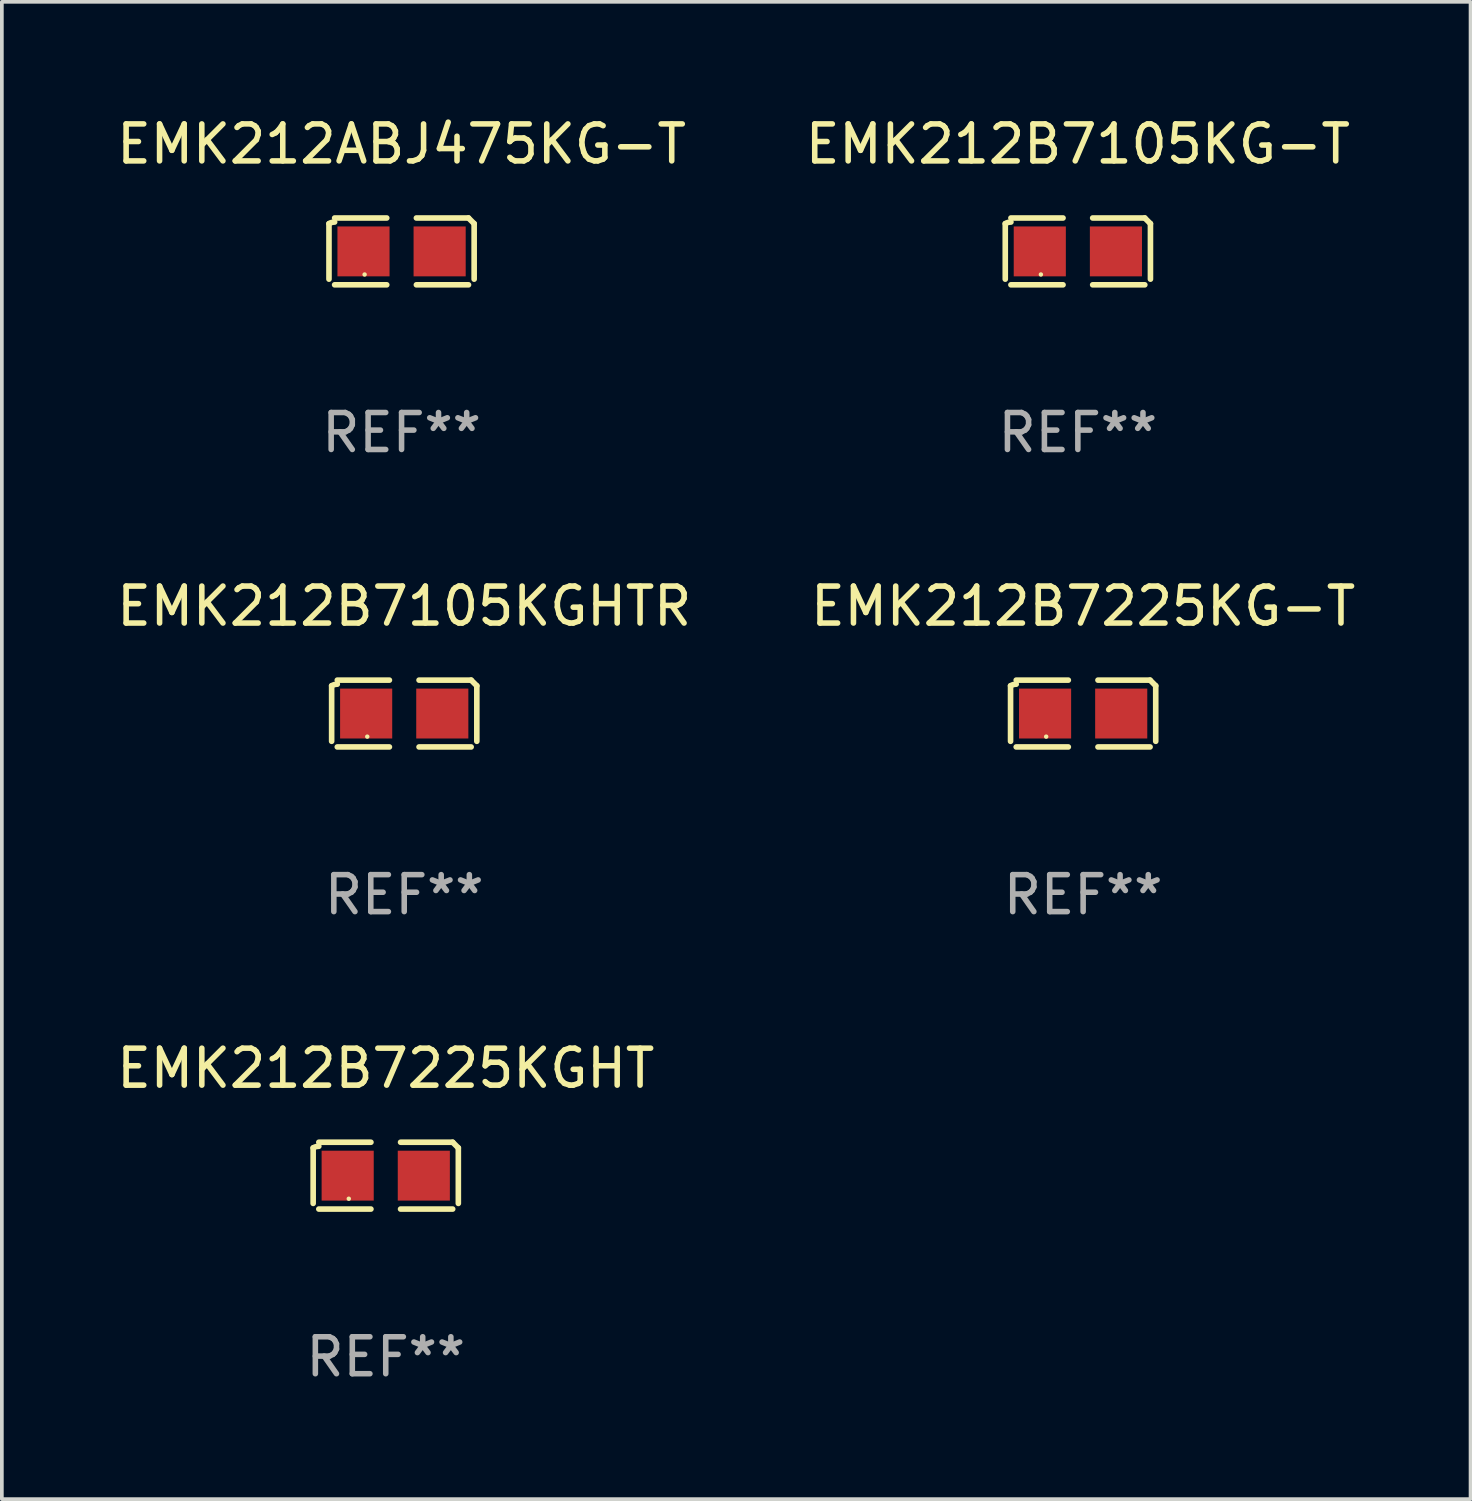
<source format=kicad_pcb>
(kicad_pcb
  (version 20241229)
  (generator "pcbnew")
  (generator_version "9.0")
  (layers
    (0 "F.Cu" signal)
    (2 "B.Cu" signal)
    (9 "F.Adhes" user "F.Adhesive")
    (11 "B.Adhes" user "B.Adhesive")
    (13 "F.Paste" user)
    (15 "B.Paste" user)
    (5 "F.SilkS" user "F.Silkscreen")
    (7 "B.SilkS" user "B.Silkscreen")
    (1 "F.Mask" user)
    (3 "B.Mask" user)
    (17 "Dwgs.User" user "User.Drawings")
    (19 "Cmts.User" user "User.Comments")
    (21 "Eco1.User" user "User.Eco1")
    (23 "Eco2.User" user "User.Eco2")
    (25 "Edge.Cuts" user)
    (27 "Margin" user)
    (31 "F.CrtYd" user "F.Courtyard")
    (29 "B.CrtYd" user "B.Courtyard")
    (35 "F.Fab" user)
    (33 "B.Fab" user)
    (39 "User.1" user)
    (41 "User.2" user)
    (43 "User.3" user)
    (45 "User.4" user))
  (footprint "EMK212ABJ475KG-T"
    (layer "F.Cu")
    (at 7.815 3.752)
    (property "Reference" "EMK212ABJ475KG-T" (at 0 -2.904 0) (layer "F.SilkS") (effects (font (size 1 1) (thickness 0.15))))
    (attr through_hole)
    (fp_line (start -1.964 0.751) (end -1.964 -0.751) (stroke (width 0.152) (type solid)) (layer "F.SilkS"))
    (fp_line (start -1.811 -0.904) (end -0.401 -0.904) (stroke (width 0.152) (type solid)) (layer "F.SilkS"))
    (fp_line (start -0.401 0.904) (end -1.811 0.904) (stroke (width 0.152) (type solid)) (layer "F.SilkS"))
    (fp_line (start 0.401 0.904) (end 1.811 0.904) (stroke (width 0.152) (type solid)) (layer "F.SilkS"))
    (fp_line (start 1.811 -0.904) (end 0.401 -0.904) (stroke (width 0.152) (type solid)) (layer "F.SilkS"))
    (fp_line (start 1.964 0.751) (end 1.964 -0.751) (stroke (width 0.152) (type solid)) (layer "F.SilkS"))
    (fp_arc (start -1.963602 -0.751207) (mid -1.890354 -0.783131) (end -1.811201 -0.794044) (stroke (width 0.1524) (type solid)) (layer "F.SilkS"))
    (fp_arc (start 1.811202 -0.903607) (mid 1.887413 -0.827418) (end 1.963602 -0.751207) (stroke (width 0.1524) (type solid)) (layer "F.SilkS"))
    (fp_circle (center -1 0.625) (end -0.97 0.625) (stroke (width 0.06) (type solid)) (fill no) (layer "F.SilkS"))
    (fp_text user "REF**" (at 0 4.904 0) (layer "F.Fab") (effects (font (size 1 1) (thickness 0.15))))
    (pad "1" smd rect (at -1.03 0) (size 1.41 1.35) (layers "F.Cu" "F.Mask" "F.Paste"))
    (pad "2" smd rect (at 1.03 0) (size 1.41 1.35) (layers "F.Cu" "F.Mask" "F.Paste")))
  (footprint "EMK212B7225KGHT"
    (layer "F.Cu")
    (at 7.387 28.759)
    (property "Reference" "EMK212B7225KGHT" (at 0 -2.904 0) (layer "F.SilkS") (effects (font (size 1 1) (thickness 0.15))))
    (attr through_hole)
    (fp_line (start -1.964 0.751) (end -1.964 -0.751) (stroke (width 0.152) (type solid)) (layer "F.SilkS"))
    (fp_line (start -1.811 -0.904) (end -0.401 -0.904) (stroke (width 0.152) (type solid)) (layer "F.SilkS"))
    (fp_line (start -0.401 0.904) (end -1.811 0.904) (stroke (width 0.152) (type solid)) (layer "F.SilkS"))
    (fp_line (start 0.401 0.904) (end 1.811 0.904) (stroke (width 0.152) (type solid)) (layer "F.SilkS"))
    (fp_line (start 1.811 -0.904) (end 0.401 -0.904) (stroke (width 0.152) (type solid)) (layer "F.SilkS"))
    (fp_line (start 1.964 0.751) (end 1.964 -0.751) (stroke (width 0.152) (type solid)) (layer "F.SilkS"))
    (fp_arc (start -1.963602 -0.751207) (mid -1.890354 -0.783131) (end -1.811201 -0.794044) (stroke (width 0.1524) (type solid)) (layer "F.SilkS"))
    (fp_arc (start 1.811202 -0.903607) (mid 1.887413 -0.827418) (end 1.963602 -0.751207) (stroke (width 0.1524) (type solid)) (layer "F.SilkS"))
    (fp_circle (center -1 0.625) (end -0.97 0.625) (stroke (width 0.06) (type solid)) (fill no) (layer "F.SilkS"))
    (fp_text user "REF**" (at 0 4.904 0) (layer "F.Fab") (effects (font (size 1 1) (thickness 0.15))))
    (pad "1" smd rect (at -1.03 0) (size 1.41 1.35) (layers "F.Cu" "F.Mask" "F.Paste"))
    (pad "2" smd rect (at 1.03 0) (size 1.41 1.35) (layers "F.Cu" "F.Mask" "F.Paste")))
  (footprint "EMK212B7105KGHTR"
    (layer "F.Cu")
    (at 7.887 16.256)
    (property "Reference" "EMK212B7105KGHTR" (at 0 -2.904 0) (layer "F.SilkS") (effects (font (size 1 1) (thickness 0.15))))
    (attr through_hole)
    (fp_line (start -1.964 0.751) (end -1.964 -0.751) (stroke (width 0.152) (type solid)) (layer "F.SilkS"))
    (fp_line (start -1.811 -0.904) (end -0.401 -0.904) (stroke (width 0.152) (type solid)) (layer "F.SilkS"))
    (fp_line (start -0.401 0.904) (end -1.811 0.904) (stroke (width 0.152) (type solid)) (layer "F.SilkS"))
    (fp_line (start 0.401 0.904) (end 1.811 0.904) (stroke (width 0.152) (type solid)) (layer "F.SilkS"))
    (fp_line (start 1.811 -0.904) (end 0.401 -0.904) (stroke (width 0.152) (type solid)) (layer "F.SilkS"))
    (fp_line (start 1.964 0.751) (end 1.964 -0.751) (stroke (width 0.152) (type solid)) (layer "F.SilkS"))
    (fp_arc (start -1.963602 -0.751207) (mid -1.890354 -0.783131) (end -1.811201 -0.794044) (stroke (width 0.1524) (type solid)) (layer "F.SilkS"))
    (fp_arc (start 1.811202 -0.903607) (mid 1.887413 -0.827418) (end 1.963602 -0.751207) (stroke (width 0.1524) (type solid)) (layer "F.SilkS"))
    (fp_circle (center -1 0.625) (end -0.97 0.625) (stroke (width 0.06) (type solid)) (fill no) (layer "F.SilkS"))
    (fp_text user "REF**" (at 0 4.904 0) (layer "F.Fab") (effects (font (size 1 1) (thickness 0.15))))
    (pad "1" smd rect (at -1.03 0) (size 1.41 1.35) (layers "F.Cu" "F.Mask" "F.Paste"))
    (pad "2" smd rect (at 1.03 0) (size 1.41 1.35) (layers "F.Cu" "F.Mask" "F.Paste")))
  (footprint "EMK212B7105KG-T"
    (layer "F.Cu")
    (at 26.113 3.752)
    (property "Reference" "EMK212B7105KG-T" (at 0 -2.904 0) (layer "F.SilkS") (effects (font (size 1 1) (thickness 0.15))))
    (attr through_hole)
    (fp_line (start -1.964 0.751) (end -1.964 -0.751) (stroke (width 0.152) (type solid)) (layer "F.SilkS"))
    (fp_line (start -1.811 -0.904) (end -0.401 -0.904) (stroke (width 0.152) (type solid)) (layer "F.SilkS"))
    (fp_line (start -0.401 0.904) (end -1.811 0.904) (stroke (width 0.152) (type solid)) (layer "F.SilkS"))
    (fp_line (start 0.401 0.904) (end 1.811 0.904) (stroke (width 0.152) (type solid)) (layer "F.SilkS"))
    (fp_line (start 1.811 -0.904) (end 0.401 -0.904) (stroke (width 0.152) (type solid)) (layer "F.SilkS"))
    (fp_line (start 1.964 0.751) (end 1.964 -0.751) (stroke (width 0.152) (type solid)) (layer "F.SilkS"))
    (fp_arc (start -1.963602 -0.751207) (mid -1.890354 -0.783131) (end -1.811201 -0.794044) (stroke (width 0.1524) (type solid)) (layer "F.SilkS"))
    (fp_arc (start 1.811202 -0.903607) (mid 1.887413 -0.827418) (end 1.963602 -0.751207) (stroke (width 0.1524) (type solid)) (layer "F.SilkS"))
    (fp_circle (center -1 0.625) (end -0.97 0.625) (stroke (width 0.06) (type solid)) (fill no) (layer "F.SilkS"))
    (fp_text user "REF**" (at 0 4.904 0) (layer "F.Fab") (effects (font (size 1 1) (thickness 0.15))))
    (pad "1" smd rect (at -1.03 0) (size 1.41 1.35) (layers "F.Cu" "F.Mask" "F.Paste"))
    (pad "2" smd rect (at 1.03 0) (size 1.41 1.35) (layers "F.Cu" "F.Mask" "F.Paste")))
  (footprint "EMK212B7225KG-T"
    (layer "F.Cu")
    (at 26.256 16.256)
    (property "Reference" "EMK212B7225KG-T" (at 0 -2.904 0) (layer "F.SilkS") (effects (font (size 1 1) (thickness 0.15))))
    (attr through_hole)
    (fp_line (start -1.964 0.751) (end -1.964 -0.751) (stroke (width 0.152) (type solid)) (layer "F.SilkS"))
    (fp_line (start -1.811 -0.904) (end -0.401 -0.904) (stroke (width 0.152) (type solid)) (layer "F.SilkS"))
    (fp_line (start -0.401 0.904) (end -1.811 0.904) (stroke (width 0.152) (type solid)) (layer "F.SilkS"))
    (fp_line (start 0.401 0.904) (end 1.811 0.904) (stroke (width 0.152) (type solid)) (layer "F.SilkS"))
    (fp_line (start 1.811 -0.904) (end 0.401 -0.904) (stroke (width 0.152) (type solid)) (layer "F.SilkS"))
    (fp_line (start 1.964 0.751) (end 1.964 -0.751) (stroke (width 0.152) (type solid)) (layer "F.SilkS"))
    (fp_arc (start -1.963602 -0.751207) (mid -1.890354 -0.783131) (end -1.811201 -0.794044) (stroke (width 0.1524) (type solid)) (layer "F.SilkS"))
    (fp_arc (start 1.811202 -0.903607) (mid 1.887413 -0.827418) (end 1.963602 -0.751207) (stroke (width 0.1524) (type solid)) (layer "F.SilkS"))
    (fp_circle (center -1 0.625) (end -0.97 0.625) (stroke (width 0.06) (type solid)) (fill no) (layer "F.SilkS"))
    (fp_text user "REF**" (at 0 4.904 0) (layer "F.Fab") (effects (font (size 1 1) (thickness 0.15))))
    (pad "1" smd rect (at -1.03 0) (size 1.41 1.35) (layers "F.Cu" "F.Mask" "F.Paste"))
    (pad "2" smd rect (at 1.03 0) (size 1.41 1.35) (layers "F.Cu" "F.Mask" "F.Paste")))
  (gr_rect
    (start -3 -3)
    (end 36.738 37.511)
    (stroke (width 0.1) (type default))
    (fill no)
    (layer "Edge.Cuts")))
</source>
